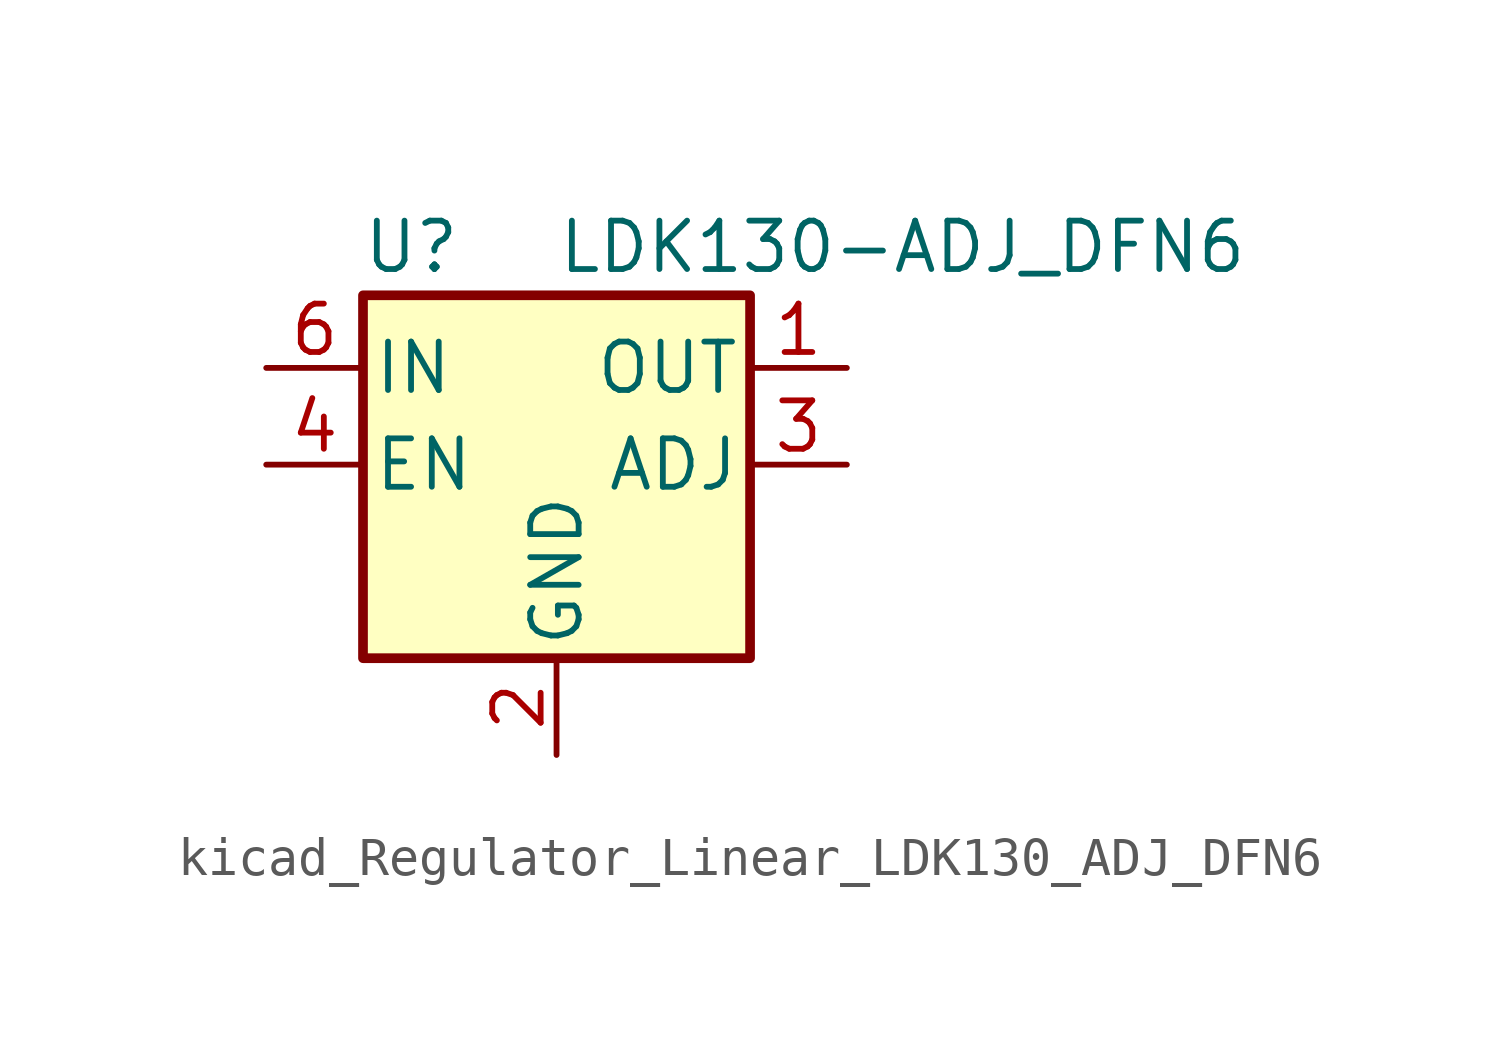
<source format=kicad_sym>
(kicad_symbol_lib
  (version 20220914)
  (generator kicad_symbol_editor)
  (symbol "kicad_Regulator_Linear_LDK130_ADJ_DFN6"
    (pin_names
      (offset 0.254))
    (property "Reference" "U"
      (at -3.81 5.715 0)
      (effects (font (size 1.27 1.27))))
    (property "Value" "LDK130-ADJ_DFN6"
      (at 0 5.715 0)
      (effects (font (size 1.27 1.27)) (justify left)))
    (symbol "kicad_Regulator_Linear_LDK130_ADJ_DFN6_0_1"
      (rectangle (start -5.08 4.445) (end 5.08 -5.08) (stroke (width 0.254) (type default)) (fill (type background))))
    (symbol "kicad_Regulator_Linear_LDK130_ADJ_DFN6_1_1"
      (pin power_out line (at 7.62 2.54 180) (length 2.54) (name "OUT" (effects (font (size 1.27 1.27)))) (number "1" (effects (font (size 1.27 1.27)))))
      (pin power_in line (at 0 -7.62 90) (length 2.54) (name "GND" (effects (font (size 1.27 1.27)))) (number "2" (effects (font (size 1.27 1.27)))))
      (pin input line (at 7.62 0 180) (length 2.54) (name "ADJ" (effects (font (size 1.27 1.27)))) (number "3" (effects (font (size 1.27 1.27)))))
      (pin input line (at -7.62 0 0) (length 2.54) (name "EN" (effects (font (size 1.27 1.27)))) (number "4" (effects (font (size 1.27 1.27)))))
      (pin no_connect line (at -5.08 -2.54 0) (length 2.54) hide (name "NC" (effects (font (size 1.27 1.27)))) (number "5" (effects (font (size 1.27 1.27)))))
      (pin power_in line (at -7.62 2.54 0) (length 2.54) (name "IN" (effects (font (size 1.27 1.27)))) (number "6" (effects (font (size 1.27 1.27))))))))
</source>
